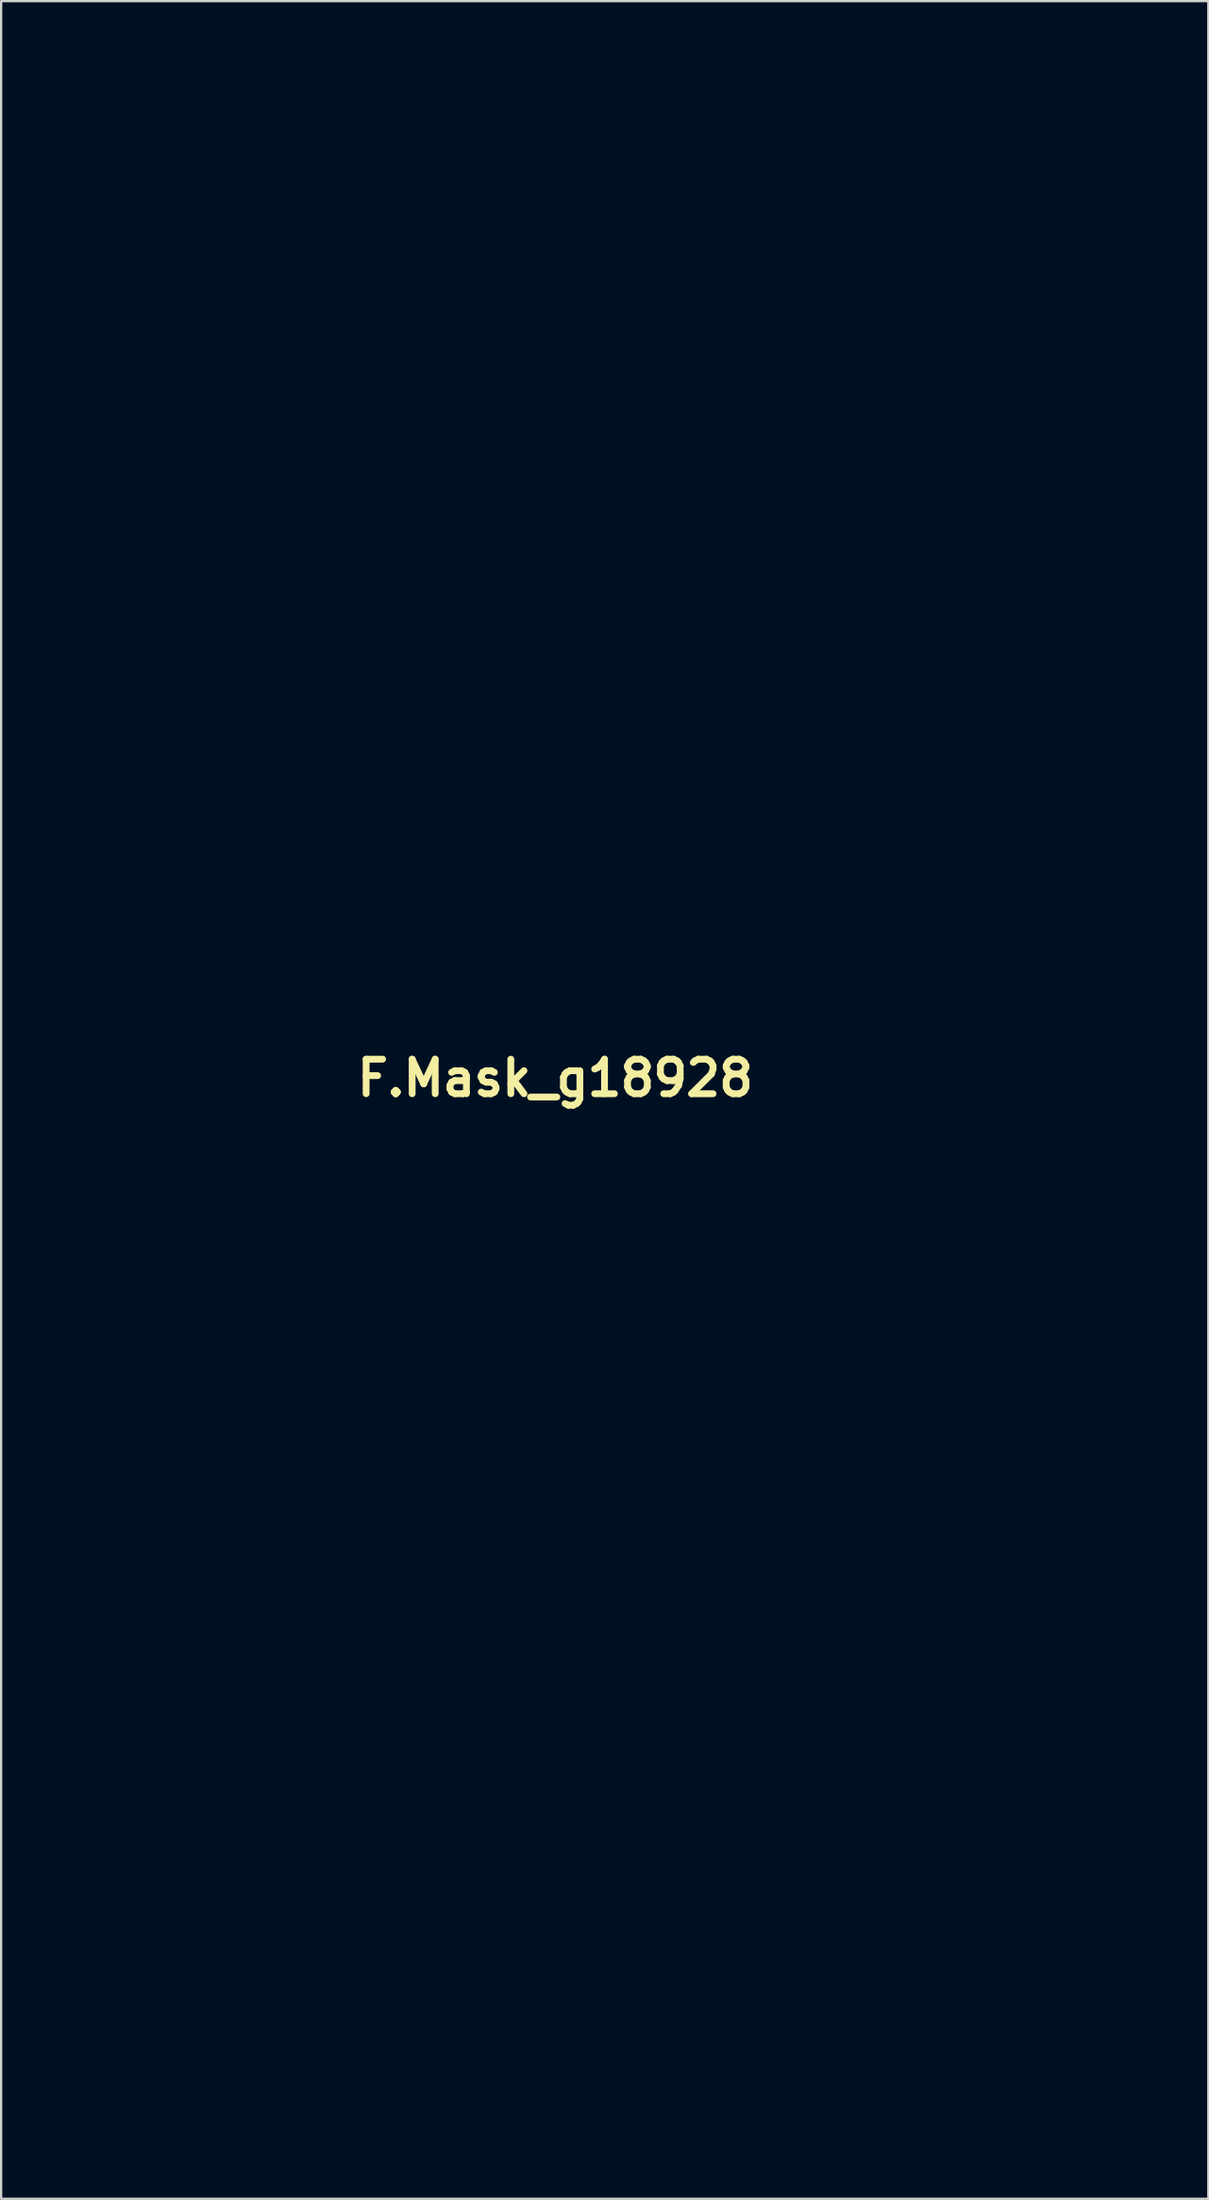
<source format=kicad_pcb>
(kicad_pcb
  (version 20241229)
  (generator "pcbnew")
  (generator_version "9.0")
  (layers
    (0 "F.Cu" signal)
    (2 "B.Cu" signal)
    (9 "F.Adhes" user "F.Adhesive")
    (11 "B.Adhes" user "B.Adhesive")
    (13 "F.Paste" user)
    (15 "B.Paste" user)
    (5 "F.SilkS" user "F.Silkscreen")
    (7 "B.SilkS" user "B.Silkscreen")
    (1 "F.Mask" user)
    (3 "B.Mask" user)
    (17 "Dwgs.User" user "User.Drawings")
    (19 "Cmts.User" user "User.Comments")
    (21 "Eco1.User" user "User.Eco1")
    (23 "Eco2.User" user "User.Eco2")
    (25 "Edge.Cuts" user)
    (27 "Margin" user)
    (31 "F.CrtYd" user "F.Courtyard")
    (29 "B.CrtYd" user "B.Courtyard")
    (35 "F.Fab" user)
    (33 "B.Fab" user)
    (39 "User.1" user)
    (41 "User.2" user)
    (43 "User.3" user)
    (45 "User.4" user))
  (footprint "F.Mask_g18928"
    (layer "F.Cu")
    (at 21.457 44.537)
    (property "Reference" "F.Mask_g18928" (at 0 0 0) (layer "F.SilkS") (effects (font (size 1.524 1.524) (thickness 0.3))))
    (attr through_hole)
    (fp_poly (pts (xy 9.715 7.162) (xy 10.071 7.221) (xy 10.298 7.385) (xy 10.403 7.664) (xy 10.413 7.824) (xy 10.366 8.191) (xy 10.243 8.457) (xy 10.064 8.605) (xy 9.852 8.619) (xy 9.627 8.483) (xy 9.594 8.449) (xy 9.481 8.276) (xy 9.415 8.027) (xy 9.385 7.705) (xy 9.356 7.154) (xy 9.715 7.162)) (stroke (width 0.01) (type solid)) (fill yes) (layer "F.Mask"))
    (fp_poly (pts (xy 7.809 6.479) (xy 7.971 6.62) (xy 8.076 6.847) (xy 8.1 7.131) (xy 8.076 7.274) (xy 8.001 7.484) (xy 7.882 7.577) (xy 7.741 7.603) (xy 7.536 7.591) (xy 7.415 7.475) (xy 7.382 7.409) (xy 7.293 7.09) (xy 7.305 6.789) (xy 7.416 6.566) (xy 7.419 6.563) (xy 7.617 6.451) (xy 7.809 6.479)) (stroke (width 0.01) (type solid)) (fill yes) (layer "F.Mask"))
    (fp_poly (pts (xy 7.921 7.885) (xy 8.185 8.086) (xy 8.191 8.094) (xy 8.354 8.376) (xy 8.35 8.661) (xy 8.179 8.932) (xy 8.174 8.936) (xy 7.968 9.1) (xy 7.781 9.128) (xy 7.578 9.046) (xy 7.319 8.834) (xy 7.206 8.546) (xy 7.197 8.408) (xy 7.259 8.1) (xy 7.424 7.902) (xy 7.656 7.827) (xy 7.921 7.885)) (stroke (width 0.01) (type solid)) (fill yes) (layer "F.Mask"))
    (fp_poly (pts (xy 5.056 6.632) (xy 5.262 6.701) (xy 5.287 6.717) (xy 5.394 6.879) (xy 5.466 7.144) (xy 5.494 7.448) (xy 5.471 7.725) (xy 5.425 7.862) (xy 5.265 8.005) (xy 5.037 8.04) (xy 4.805 7.963) (xy 4.703 7.878) (xy 4.593 7.657) (xy 4.521 7.287) (xy 4.509 7.158) (xy 4.464 6.604) (xy 4.798 6.604) (xy 5.056 6.632)) (stroke (width 0.01) (type solid)) (fill yes) (layer "F.Mask"))
    (fp_poly (pts (xy -4.554 8.138) (xy -4.486 8.171) (xy -4.26 8.324) (xy -4.124 8.521) (xy -4.073 8.785) (xy -4.104 9.143) (xy -4.214 9.62) (xy -4.266 9.804) (xy -4.438 10.326) (xy -4.604 10.683) (xy -4.77 10.88) (xy -4.939 10.92) (xy -5.117 10.809) (xy -5.217 10.689) (xy -5.446 10.295) (xy -5.644 9.813) (xy -5.781 9.326) (xy -5.819 9.093) (xy -5.838 8.822) (xy -5.809 8.645) (xy -5.707 8.49) (xy -5.566 8.343) (xy -5.248 8.109) (xy -4.917 8.042) (xy -4.554 8.138)) (stroke (width 0.01) (type solid)) (fill yes) (layer "F.Mask"))
    (fp_poly (pts (xy 4.871 9.638) (xy 5.034 9.94) (xy 5.186 10.396) (xy 5.295 10.858) (xy 5.361 11.267) (xy 5.398 11.699) (xy 5.409 12.12) (xy 5.393 12.496) (xy 5.352 12.793) (xy 5.287 12.978) (xy 5.233 13.022) (xy 5.087 12.967) (xy 4.946 12.772) (xy 4.86 12.58) (xy 4.736 12.273) (xy 4.592 11.897) (xy 4.468 11.56) (xy 4.287 11.002) (xy 4.189 10.561) (xy 4.173 10.208) (xy 4.238 9.914) (xy 4.352 9.696) (xy 4.527 9.512) (xy 4.702 9.494) (xy 4.871 9.638)) (stroke (width 0.01) (type solid)) (fill yes) (layer "F.Mask"))
    (fp_poly (pts (xy -0.78 9.88) (xy -0.444 10.061) (xy -0.197 10.372) (xy -0.034 10.821) (xy 0.051 11.415) (xy 0.054 11.457) (xy 0.071 12.019) (xy 0.037 12.43) (xy -0.05 12.698) (xy -0.192 12.833) (xy -0.267 12.853) (xy -0.521 12.803) (xy -0.755 12.651) (xy -0.987 12.416) (xy -1.24 12.095) (xy -1.495 11.722) (xy -1.729 11.334) (xy -1.922 10.965) (xy -2.053 10.649) (xy -2.103 10.422) (xy -2.1 10.389) (xy -2 10.201) (xy -1.786 10.02) (xy -1.514 9.882) (xy -1.237 9.822) (xy -1.212 9.821) (xy -0.78 9.88)) (stroke (width 0.01) (type solid)) (fill yes) (layer "F.Mask"))
    (fp_poly (pts (xy -1.86 5.236) (xy -1.581 5.426) (xy -1.304 5.7) (xy -1.066 6.024) (xy -0.94 6.263) (xy -0.81 6.636) (xy -0.709 7.058) (xy -0.644 7.478) (xy -0.624 7.848) (xy -0.655 8.117) (xy -0.666 8.149) (xy -0.804 8.339) (xy -1.003 8.373) (xy -1.257 8.254) (xy -1.479 8.065) (xy -1.757 7.757) (xy -2.036 7.386) (xy -2.3 6.984) (xy -2.53 6.583) (xy -2.709 6.213) (xy -2.819 5.906) (xy -2.842 5.694) (xy -2.836 5.673) (xy -2.691 5.45) (xy -2.447 5.266) (xy -2.171 5.17) (xy -2.103 5.165) (xy -1.86 5.236)) (stroke (width 0.01) (type solid)) (fill yes) (layer "F.Mask"))
    (fp_poly (pts (xy -8.949 0.001) (xy -8.257 0.072) (xy -7.521 0.271) (xy -6.837 0.563) (xy -6.223 0.874) (xy -5.546 0.725) (xy -5.011 0.608) (xy -4.613 0.526) (xy -4.323 0.473) (xy -4.113 0.448) (xy -3.953 0.446) (xy -3.817 0.464) (xy -3.674 0.498) (xy -3.666 0.501) (xy -3.369 0.617) (xy -3.093 0.782) (xy -3.052 0.814) (xy -2.875 1) (xy -2.803 1.208) (xy -2.794 1.383) (xy -2.84 1.705) (xy -2.954 1.996) (xy -2.96 2.007) (xy -3.158 2.25) (xy -3.464 2.534) (xy -3.837 2.825) (xy -4.232 3.088) (xy -4.519 3.247) (xy -4.953 3.399) (xy -5.495 3.492) (xy -6.094 3.522) (xy -6.699 3.482) (xy -6.813 3.466) (xy -7.548 3.297) (xy -8.169 3.024) (xy -8.706 2.63) (xy -9.154 2.147) (xy -9.376 1.788) (xy -9.537 1.375) (xy -9.626 0.951) (xy -9.636 0.563) (xy -9.559 0.255) (xy -9.52 0.188) (xy -9.405 0.072) (xy -9.235 0.015) (xy -8.955 0.001) (xy -8.949 0.001)) (stroke (width 0.01) (type solid)) (fill yes) (layer "F.Mask"))
    (fp_poly (pts (xy 15.478 -3.23) (xy 15.794 -3.094) (xy 15.995 -2.871) (xy 16.094 -2.553) (xy 16.11 -2.234) (xy 16.012 -1.481) (xy 15.761 -0.737) (xy 15.373 -0.038) (xy 14.922 0.523) (xy 14.36 1.046) (xy 13.793 1.426) (xy 13.186 1.678) (xy 12.503 1.817) (xy 11.709 1.857) (xy 11.698 1.857) (xy 11.256 1.843) (xy 10.848 1.809) (xy 10.529 1.762) (xy 10.422 1.735) (xy 10.076 1.59) (xy 9.71 1.378) (xy 9.376 1.135) (xy 9.124 0.895) (xy 9.045 0.787) (xy 8.907 0.473) (xy 8.838 0.143) (xy 8.847 -0.139) (xy 8.881 -0.238) (xy 9.1 -0.478) (xy 9.472 -0.679) (xy 9.984 -0.833) (xy 10.281 -0.89) (xy 10.797 -0.989) (xy 11.18 -1.11) (xy 11.464 -1.276) (xy 11.685 -1.513) (xy 11.877 -1.843) (xy 11.973 -2.05) (xy 12.143 -2.375) (xy 12.337 -2.595) (xy 12.551 -2.743) (xy 13.035 -2.988) (xy 13.531 -3.15) (xy 14.101 -3.246) (xy 14.441 -3.275) (xy 15.031 -3.287) (xy 15.478 -3.23)) (stroke (width 0.01) (type solid)) (fill yes) (layer "F.Mask"))
    (fp_poly (pts (xy 0.162 42.354) (xy 0.491 42.394) (xy 0.825 42.473) (xy 1.199 42.599) (xy 1.651 42.783) (xy 2.216 43.031) (xy 2.244 43.044) (xy 2.747 43.242) (xy 3.151 43.337) (xy 3.323 43.348) (xy 3.558 43.364) (xy 3.703 43.404) (xy 3.725 43.431) (xy 3.673 43.524) (xy 3.53 43.717) (xy 3.318 43.987) (xy 3.058 44.306) (xy 2.771 44.651) (xy 2.48 44.994) (xy 2.204 45.31) (xy 1.966 45.574) (xy 1.788 45.76) (xy 1.768 45.779) (xy 1.514 45.982) (xy 1.237 46.149) (xy 1.171 46.18) (xy 0.807 46.287) (xy 0.308 46.371) (xy -0.295 46.429) (xy -0.97 46.461) (xy -1.684 46.464) (xy -2.406 46.437) (xy -3.03 46.386) (xy -3.601 46.305) (xy -4.022 46.187) (xy -4.31 46.019) (xy -4.482 45.785) (xy -4.556 45.471) (xy -4.552 45.101) (xy -4.422 44.455) (xy -4.145 43.886) (xy -3.73 43.399) (xy -3.181 42.998) (xy -2.507 42.689) (xy -1.715 42.476) (xy -0.811 42.365) (xy -0.633 42.356) (xy -0.201 42.344) (xy 0.162 42.354)) (stroke (width 0.01) (type solid)) (fill yes) (layer "F.Mask"))
    (fp_poly (pts (xy 17.28 42.356) (xy 18.011 42.471) (xy 18.776 42.678) (xy 19.541 42.974) (xy 19.64 43.019) (xy 20.119 43.263) (xy 20.461 43.494) (xy 20.697 43.736) (xy 20.853 44.015) (xy 20.872 44.063) (xy 20.96 44.514) (xy 20.896 44.963) (xy 20.694 45.383) (xy 20.371 45.746) (xy 19.941 46.024) (xy 19.761 46.099) (xy 19.468 46.17) (xy 19.056 46.227) (xy 18.576 46.266) (xy 18.076 46.286) (xy 17.606 46.284) (xy 17.218 46.257) (xy 17.06 46.231) (xy 16.596 46.099) (xy 16.045 45.889) (xy 15.44 45.619) (xy 14.816 45.308) (xy 14.204 44.973) (xy 13.639 44.631) (xy 13.154 44.301) (xy 12.782 44) (xy 12.669 43.889) (xy 12.452 43.573) (xy 12.339 43.233) (xy 12.349 42.922) (xy 12.364 42.876) (xy 12.446 42.727) (xy 12.555 42.689) (xy 12.717 42.768) (xy 12.96 42.968) (xy 13.007 43.012) (xy 13.267 43.228) (xy 13.533 43.415) (xy 13.669 43.491) (xy 13.962 43.631) (xy 14.291 43.333) (xy 14.608 43.097) (xy 15.03 42.851) (xy 15.496 42.628) (xy 15.944 42.458) (xy 16.046 42.428) (xy 16.614 42.34) (xy 17.28 42.356)) (stroke (width 0.01) (type solid)) (fill yes) (layer "F.Mask"))
    (fp_poly (pts (xy 22.944 11.374) (xy 23.142 11.418) (xy 23.354 11.508) (xy 23.424 11.544) (xy 23.737 11.749) (xy 23.968 11.988) (xy 23.999 12.036) (xy 24.168 12.283) (xy 24.383 12.543) (xy 24.435 12.599) (xy 24.755 13.013) (xy 25.057 13.568) (xy 25.33 14.238) (xy 25.56 14.994) (xy 25.571 15.036) (xy 25.67 15.435) (xy 25.75 15.785) (xy 25.804 16.046) (xy 25.823 16.18) (xy 25.741 16.363) (xy 25.496 16.57) (xy 25.095 16.798) (xy 24.544 17.043) (xy 24.274 17.148) (xy 23.867 17.305) (xy 23.596 17.423) (xy 23.435 17.514) (xy 23.362 17.593) (xy 23.35 17.674) (xy 23.351 17.677) (xy 23.322 17.841) (xy 23.221 18.082) (xy 23.118 18.268) (xy 22.965 18.548) (xy 22.848 18.814) (xy 22.81 18.941) (xy 22.824 19.271) (xy 22.975 19.593) (xy 23.233 19.868) (xy 23.569 20.061) (xy 23.764 20.117) (xy 24.091 20.126) (xy 24.343 20.01) (xy 24.53 19.755) (xy 24.662 19.352) (xy 24.704 19.141) (xy 24.766 18.907) (xy 24.85 18.753) (xy 24.884 18.728) (xy 24.939 18.737) (xy 24.968 18.828) (xy 24.974 19.029) (xy 24.958 19.366) (xy 24.954 19.441) (xy 24.86 20.222) (xy 24.686 20.86) (xy 24.428 21.365) (xy 24.083 21.744) (xy 24.018 21.794) (xy 23.775 21.901) (xy 23.417 21.97) (xy 22.995 21.998) (xy 22.559 21.982) (xy 22.162 21.92) (xy 22.093 21.902) (xy 21.566 21.703) (xy 21.19 21.442) (xy 20.966 21.137) (xy 20.881 20.937) (xy 20.85 20.755) (xy 20.863 20.595) (xy 21.78 20.595) (xy 21.804 20.663) (xy 21.913 20.726) (xy 22.029 20.662) (xy 22.048 20.621) (xy 23.836 20.621) (xy 23.841 20.775) (xy 23.954 20.899) (xy 24.116 20.875) (xy 24.198 20.811) (xy 24.291 20.646) (xy 24.28 20.491) (xy 24.171 20.407) (xy 24.14 20.405) (xy 23.947 20.468) (xy 23.836 20.621) (xy 22.048 20.621) (xy 22.083 20.546) (xy 22.048 20.425) (xy 21.982 20.405) (xy 21.828 20.463) (xy 21.78 20.595) (xy 20.863 20.595) (xy 20.869 20.524) (xy 20.91 20.293) (xy 21.024 19.808) (xy 21.189 19.231) (xy 21.387 18.618) (xy 21.598 18.028) (xy 21.658 17.88) (xy 22.86 17.88) (xy 22.908 17.914) (xy 22.989 17.863) (xy 23.078 17.759) (xy 23.079 17.717) (xy 22.985 17.715) (xy 22.888 17.801) (xy 22.86 17.88) (xy 21.658 17.88) (xy 21.804 17.517) (xy 21.901 17.305) (xy 22.193 16.703) (xy 22.873 16.646) (xy 23.604 16.561) (xy 24.202 16.439) (xy 24.662 16.284) (xy 24.973 16.099) (xy 25.129 15.887) (xy 25.146 15.783) (xy 25.071 15.76) (xy 24.888 15.748) (xy 24.85 15.748) (xy 24.665 15.729) (xy 24.571 15.654) (xy 24.561 15.494) (xy 24.63 15.221) (xy 24.69 15.039) (xy 24.76 14.8) (xy 24.787 14.634) (xy 24.78 14.592) (xy 24.697 14.618) (xy 24.521 14.731) (xy 24.288 14.908) (xy 24.251 14.938) (xy 24.004 15.125) (xy 23.801 15.255) (xy 23.681 15.301) (xy 23.674 15.3) (xy 23.543 15.195) (xy 23.394 14.992) (xy 23.268 14.757) (xy 23.201 14.552) (xy 23.199 14.515) (xy 23.244 14.37) (xy 23.401 14.236) (xy 23.592 14.133) (xy 23.816 14.019) (xy 23.908 13.943) (xy 23.889 13.879) (xy 23.83 13.83) (xy 23.637 13.75) (xy 23.39 13.716) (xy 23.387 13.716) (xy 23.167 13.682) (xy 22.974 13.555) (xy 22.832 13.406) (xy 22.623 13.165) (xy 22.37 12.875) (xy 22.204 12.684) (xy 21.914 12.339) (xy 21.728 12.085) (xy 21.632 11.893) (xy 21.609 11.736) (xy 21.622 11.653) (xy 21.662 11.551) (xy 21.744 11.485) (xy 21.905 11.442) (xy 22.182 11.408) (xy 22.343 11.394) (xy 22.697 11.369) (xy 22.944 11.374)) (stroke (width 0.01) (type solid)) (fill yes) (layer "F.Mask"))
    (fp_poly (pts (xy 1.723 -44.516) (xy 1.769 -44.455) (xy 1.761 -44.333) (xy 1.693 -44.137) (xy 1.561 -43.853) (xy 1.357 -43.464) (xy 1.076 -42.958) (xy 0.771 -42.422) (xy 0.498 -41.929) (xy 0.303 -41.522) (xy 0.169 -41.147) (xy 0.077 -40.75) (xy 0.012 -40.277) (xy -0.021 -39.948) (xy -0.029 -39.749) (xy 0.008 -39.684) (xy 0.088 -39.71) (xy 0.224 -39.821) (xy 0.432 -40.031) (xy 0.679 -40.305) (xy 0.934 -40.608) (xy 1.168 -40.903) (xy 1.349 -41.155) (xy 1.374 -41.194) (xy 1.776 -41.685) (xy 2.31 -42.102) (xy 2.946 -42.429) (xy 3.657 -42.649) (xy 3.913 -42.696) (xy 4.181 -42.724) (xy 4.584 -42.749) (xy 5.087 -42.769) (xy 5.655 -42.783) (xy 6.253 -42.79) (xy 6.477 -42.79) (xy 7.128 -42.788) (xy 7.638 -42.781) (xy 8.032 -42.768) (xy 8.337 -42.747) (xy 8.582 -42.716) (xy 8.792 -42.673) (xy 8.975 -42.623) (xy 9.325 -42.495) (xy 9.508 -42.366) (xy 9.523 -42.227) (xy 9.373 -42.069) (xy 9.059 -41.886) (xy 8.811 -41.753) (xy 8.634 -41.644) (xy 8.573 -41.59) (xy 8.631 -41.523) (xy 8.802 -41.406) (xy 9.034 -41.275) (xy 9.289 -41.126) (xy 9.477 -40.991) (xy 9.551 -40.907) (xy 9.51 -40.802) (xy 9.369 -40.614) (xy 9.155 -40.376) (xy 9.025 -40.245) (xy 8.564 -39.847) (xy 8.065 -39.529) (xy 7.486 -39.268) (xy 6.784 -39.041) (xy 6.729 -39.025) (xy 6.375 -38.923) (xy 6.047 -38.819) (xy 5.811 -38.734) (xy 5.797 -38.728) (xy 5.505 -38.624) (xy 5.326 -38.603) (xy 5.262 -38.67) (xy 5.315 -38.831) (xy 5.486 -39.091) (xy 5.779 -39.452) (xy 6.193 -39.922) (xy 6.376 -40.12) (xy 6.613 -40.386) (xy 6.795 -40.604) (xy 6.897 -40.746) (xy 6.91 -40.785) (xy 6.805 -40.778) (xy 6.591 -40.678) (xy 6.289 -40.503) (xy 5.921 -40.267) (xy 5.51 -39.986) (xy 5.076 -39.676) (xy 4.641 -39.353) (xy 4.228 -39.033) (xy 3.858 -38.73) (xy 3.552 -38.462) (xy 3.333 -38.243) (xy 3.246 -38.133) (xy 3.183 -38.027) (xy 3.15 -37.917) (xy 3.148 -37.769) (xy 3.178 -37.547) (xy 3.242 -37.215) (xy 3.292 -36.976) (xy 3.387 -36.539) (xy 3.489 -36.109) (xy 3.582 -35.745) (xy 3.632 -35.569) (xy 3.779 -35.094) (xy 3.832 -36.48) (xy 3.852 -36.946) (xy 3.874 -37.35) (xy 3.895 -37.664) (xy 3.914 -37.857) (xy 3.925 -37.904) (xy 4.019 -37.911) (xy 4.242 -37.898) (xy 4.556 -37.872) (xy 4.921 -37.835) (xy 5.3 -37.791) (xy 5.652 -37.744) (xy 5.918 -37.703) (xy 6.13 -37.622) (xy 6.411 -37.433) (xy 6.775 -37.127) (xy 6.891 -37.021) (xy 7.205 -36.744) (xy 7.507 -36.496) (xy 7.757 -36.31) (xy 7.88 -36.235) (xy 8.183 -36.052) (xy 8.319 -35.897) (xy 8.289 -35.767) (xy 8.092 -35.658) (xy 7.874 -35.598) (xy 7.688 -35.552) (xy 7.655 -35.521) (xy 7.761 -35.486) (xy 7.789 -35.478) (xy 7.962 -35.401) (xy 8.007 -35.28) (xy 7.919 -35.102) (xy 7.692 -34.856) (xy 7.497 -34.677) (xy 7.189 -34.397) (xy 7.01 -34.206) (xy 6.952 -34.091) (xy 7.005 -34.041) (xy 7.061 -34.036) (xy 7.171 -34.002) (xy 7.207 -33.889) (xy 7.166 -33.68) (xy 7.043 -33.355) (xy 6.892 -33.016) (xy 6.737 -32.661) (xy 6.613 -32.345) (xy 6.537 -32.11) (xy 6.521 -32.019) (xy 6.527 -31.926) (xy 6.563 -31.876) (xy 6.653 -31.873) (xy 6.822 -31.923) (xy 7.095 -32.029) (xy 7.494 -32.198) (xy 7.562 -32.227) (xy 7.945 -32.38) (xy 8.341 -32.521) (xy 8.673 -32.623) (xy 8.705 -32.631) (xy 9.249 -32.739) (xy 9.815 -32.801) (xy 10.371 -32.82) (xy 10.884 -32.795) (xy 11.321 -32.728) (xy 11.65 -32.62) (xy 11.797 -32.521) (xy 11.902 -32.352) (xy 11.903 -32.2) (xy 11.81 -32.117) (xy 11.702 -32.125) (xy 11.506 -32.13) (xy 11.196 -32.073) (xy 10.811 -31.968) (xy 10.388 -31.828) (xy 9.966 -31.665) (xy 9.582 -31.494) (xy 9.275 -31.328) (xy 9.144 -31.236) (xy 8.932 -31.063) (xy 9.313 -31.123) (xy 9.948 -31.177) (xy 10.461 -31.125) (xy 10.847 -30.965) (xy 11.105 -30.701) (xy 11.132 -30.652) (xy 11.194 -30.436) (xy 11.237 -30.093) (xy 11.259 -29.665) (xy 11.26 -29.191) (xy 11.239 -28.715) (xy 11.195 -28.276) (xy 11.177 -28.157) (xy 11.14 -27.884) (xy 11.125 -27.687) (xy 11.134 -27.616) (xy 11.207 -27.653) (xy 11.374 -27.785) (xy 11.605 -27.989) (xy 11.765 -28.137) (xy 12.118 -28.466) (xy 12.385 -28.696) (xy 12.6 -28.842) (xy 12.8 -28.921) (xy 13.021 -28.95) (xy 13.298 -28.945) (xy 13.484 -28.934) (xy 14.153 -28.857) (xy 14.723 -28.708) (xy 15.255 -28.467) (xy 15.564 -28.282) (xy 15.872 -28.064) (xy 16.106 -27.843) (xy 16.293 -27.58) (xy 16.462 -27.234) (xy 16.638 -26.766) (xy 16.654 -26.722) (xy 16.89 -26.044) (xy 16.949 -26.378) (xy 16.973 -26.597) (xy 16.995 -26.936) (xy 17.01 -27.348) (xy 17.017 -27.728) (xy 17.028 -28.211) (xy 17.054 -28.583) (xy 17.104 -28.901) (xy 17.186 -29.222) (xy 17.262 -29.464) (xy 17.387 -29.822) (xy 17.487 -30.046) (xy 17.579 -30.166) (xy 17.679 -30.21) (xy 17.682 -30.211) (xy 17.855 -30.177) (xy 17.926 -30.047) (xy 17.876 -29.87) (xy 17.833 -29.814) (xy 17.713 -29.562) (xy 17.729 -29.239) (xy 17.879 -28.875) (xy 17.907 -28.829) (xy 18.082 -28.522) (xy 18.308 -28.089) (xy 18.571 -27.563) (xy 18.854 -26.974) (xy 19.143 -26.354) (xy 19.393 -25.799) (xy 19.574 -25.401) (xy 19.747 -25.045) (xy 19.891 -24.768) (xy 19.989 -24.606) (xy 19.993 -24.6) (xy 20.077 -24.408) (xy 20.133 -24.113) (xy 20.16 -23.766) (xy 20.157 -23.416) (xy 20.124 -23.112) (xy 20.058 -22.905) (xy 20.022 -22.859) (xy 19.866 -22.82) (xy 19.699 -22.926) (xy 19.545 -23.153) (xy 19.468 -23.342) (xy 19.398 -23.523) (xy 19.348 -23.604) (xy 19.341 -23.603) (xy 19.351 -23.514) (xy 19.403 -23.305) (xy 19.488 -23.016) (xy 19.513 -22.934) (xy 19.618 -22.553) (xy 19.723 -22.077) (xy 19.821 -21.558) (xy 19.902 -21.045) (xy 19.958 -20.591) (xy 19.98 -20.245) (xy 19.98 -20.224) (xy 19.959 -19.872) (xy 19.89 -19.664) (xy 19.764 -19.577) (xy 19.655 -19.575) (xy 19.49 -19.634) (xy 19.392 -19.795) (xy 19.363 -19.897) (xy 19.132 -20.66) (xy 18.81 -21.491) (xy 18.423 -22.332) (xy 17.995 -23.129) (xy 17.69 -23.623) (xy 17.567 -23.791) (xy 19.219 -23.791) (xy 19.25 -23.722) (xy 19.276 -23.735) (xy 19.286 -23.835) (xy 19.276 -23.848) (xy 19.225 -23.836) (xy 19.219 -23.791) (xy 17.567 -23.791) (xy 17.484 -23.904) (xy 17.402 -24.003) (xy 19.135 -24.003) (xy 19.177 -23.961) (xy 19.219 -24.003) (xy 19.177 -24.045) (xy 19.135 -24.003) (xy 17.402 -24.003) (xy 17.21 -24.233) (xy 16.889 -24.589) (xy 16.541 -24.953) (xy 16.474 -25.019) (xy 18.796 -25.019) (xy 18.838 -24.977) (xy 18.881 -25.019) (xy 18.838 -25.061) (xy 18.796 -25.019) (xy 16.474 -25.019) (xy 16.185 -25.306) (xy 15.843 -25.628) (xy 15.534 -25.899) (xy 15.279 -26.1) (xy 15.097 -26.211) (xy 15.014 -26.218) (xy 15.014 -26.119) (xy 15.051 -26.058) (xy 15.218 -25.819) (xy 15.415 -25.476) (xy 15.627 -25.065) (xy 15.838 -24.622) (xy 16.031 -24.181) (xy 16.19 -23.78) (xy 16.298 -23.453) (xy 16.341 -23.236) (xy 16.341 -23.23) (xy 16.298 -23.066) (xy 16.175 -23.047) (xy 15.98 -23.174) (xy 15.977 -23.177) (xy 15.892 -23.243) (xy 15.879 -23.213) (xy 15.94 -23.069) (xy 16.022 -22.902) (xy 16.283 -22.287) (xy 16.525 -21.543) (xy 16.74 -20.713) (xy 16.92 -19.837) (xy 17.057 -18.957) (xy 17.144 -18.113) (xy 17.172 -17.347) (xy 17.159 -16.976) (xy 17.1 -16.332) (xy 17.013 -15.78) (xy 16.904 -15.337) (xy 16.777 -15.02) (xy 16.637 -14.846) (xy 16.55 -14.817) (xy 16.439 -14.852) (xy 16.425 -14.881) (xy 16.385 -14.972) (xy 16.273 -15.185) (xy 16.104 -15.493) (xy 15.891 -15.873) (xy 15.696 -16.215) (xy 15.136 -17.196) (xy 14.661 -18.04) (xy 14.268 -18.756) (xy 13.953 -19.351) (xy 13.711 -19.831) (xy 13.54 -20.205) (xy 13.434 -20.48) (xy 13.418 -20.532) (xy 13.34 -20.775) (xy 13.277 -20.898) (xy 13.221 -20.89) (xy 13.167 -20.743) (xy 13.109 -20.446) (xy 13.04 -19.991) (xy 13.034 -19.952) (xy 12.958 -19.525) (xy 12.873 -19.257) (xy 12.771 -19.141) (xy 12.647 -19.165) (xy 12.575 -19.229) (xy 12.488 -19.367) (xy 12.343 -19.66) (xy 12.139 -20.106) (xy 11.878 -20.702) (xy 11.562 -21.446) (xy 11.43 -21.76) (xy 11.32 -22.01) (xy 11.162 -22.352) (xy 10.967 -22.763) (xy 10.747 -23.217) (xy 10.652 -23.41) (xy 15.748 -23.41) (xy 15.79 -23.368) (xy 15.833 -23.41) (xy 15.79 -23.453) (xy 15.748 -23.41) (xy 10.652 -23.41) (xy 10.515 -23.692) (xy 10.281 -24.163) (xy 10.059 -24.607) (xy 9.86 -24.999) (xy 9.695 -25.315) (xy 9.577 -25.532) (xy 9.517 -25.626) (xy 9.513 -25.628) (xy 9.525 -25.54) (xy 9.579 -25.321) (xy 9.666 -25) (xy 9.78 -24.608) (xy 9.821 -24.468) (xy 9.946 -24.036) (xy 10.05 -23.641) (xy 10.124 -23.324) (xy 10.159 -23.121) (xy 10.16 -23.093) (xy 10.124 -22.911) (xy 10.021 -22.877) (xy 9.858 -22.991) (xy 9.64 -23.248) (xy 9.554 -23.368) (xy 9.298 -23.708) (xy 8.964 -24.108) (xy 8.587 -24.528) (xy 8.201 -24.933) (xy 7.842 -25.283) (xy 7.545 -25.543) (xy 7.506 -25.572) (xy 7.23 -25.781) (xy 9.398 -25.781) (xy 9.44 -25.739) (xy 9.483 -25.781) (xy 9.44 -25.823) (xy 9.398 -25.781) (xy 7.23 -25.781) (xy 7.117 -25.866) (xy 7.115 -26.442) (xy 7.102 -26.759) (xy 7.069 -26.937) (xy 7.027 -26.966) (xy 6.962 -26.85) (xy 6.943 -26.709) (xy 6.922 -26.577) (xy 6.865 -26.307) (xy 6.779 -25.928) (xy 6.669 -25.465) (xy 6.543 -24.945) (xy 6.407 -24.395) (xy 6.269 -23.841) (xy 6.133 -23.311) (xy 6.008 -22.831) (xy 5.9 -22.428) (xy 5.815 -22.128) (xy 5.761 -21.959) (xy 5.757 -21.95) (xy 5.651 -21.803) (xy 5.557 -21.759) (xy 5.394 -21.843) (xy 5.237 -22.088) (xy 5.087 -22.488) (xy 4.948 -23.034) (xy 4.823 -23.72) (xy 4.782 -23.998) (xy 4.726 -24.376) (xy 4.672 -24.688) (xy 4.628 -24.899) (xy 4.603 -24.972) (xy 4.586 -24.913) (xy 4.579 -24.708) (xy 4.581 -24.379) (xy 4.592 -23.949) (xy 4.611 -23.44) (xy 4.637 -22.875) (xy 4.669 -22.277) (xy 4.707 -21.668) (xy 4.745 -21.123) (xy 4.79 -20.376) (xy 4.803 -19.786) (xy 4.783 -19.344) (xy 4.73 -19.04) (xy 4.641 -18.865) (xy 4.55 -18.812) (xy 4.399 -18.861) (xy 4.321 -18.98) (xy 4.284 -19.02) (xy 4.269 -18.904) (xy 4.276 -18.629) (xy 4.288 -18.415) (xy 4.305 -17.892) (xy 4.276 -17.43) (xy 4.191 -16.984) (xy 4.04 -16.512) (xy 3.812 -15.971) (xy 3.609 -15.541) (xy 3.373 -15.045) (xy 3.126 -14.507) (xy 2.898 -13.989) (xy 2.718 -13.557) (xy 2.713 -13.547) (xy 2.559 -13.173) (xy 2.416 -12.846) (xy 2.302 -12.605) (xy 2.241 -12.499) (xy 2.1 -12.375) (xy 1.982 -12.409) (xy 1.888 -12.588) (xy 1.822 -12.901) (xy 1.787 -13.336) (xy 1.786 -13.883) (xy 1.8 -14.219) (xy 1.812 -14.593) (xy 1.815 -15.083) (xy 1.808 -15.637) (xy 1.793 -16.204) (xy 1.783 -16.468) (xy 1.757 -17.014) (xy 1.729 -17.431) (xy 1.693 -17.758) (xy 1.644 -18.035) (xy 1.575 -18.301) (xy 1.48 -18.596) (xy 1.44 -18.711) (xy 1.31 -19.073) (xy 1.189 -19.388) (xy 1.094 -19.613) (xy 1.057 -19.685) (xy 0.987 -19.835) (xy 0.885 -20.095) (xy 0.77 -20.415) (xy 0.659 -20.743) (xy 0.571 -21.028) (xy 0.539 -21.145) (xy 0.475 -21.249) (xy 0.381 -21.199) (xy 0.268 -21.003) (xy 0.205 -20.849) (xy 0.048 -20.476) (xy -0.088 -20.269) (xy -0.2 -20.227) (xy -0.287 -20.349) (xy -0.346 -20.633) (xy -0.377 -21.077) (xy -0.381 -21.361) (xy -0.37 -21.999) (xy -0.336 -22.491) (xy -0.273 -22.861) (xy -0.179 -23.132) (xy -0.048 -23.327) (xy -0.044 -23.332) (xy 0.058 -23.485) (xy 0.163 -23.735) (xy 0.28 -24.106) (xy 0.415 -24.616) (xy 0.458 -24.791) (xy 0.655 -25.652) (xy 0.795 -26.373) (xy 0.879 -26.974) (xy 0.911 -27.472) (xy 0.892 -27.882) (xy 0.844 -28.254) (xy 0.799 -28.468) (xy 0.757 -28.522) (xy 0.714 -28.414) (xy 0.671 -28.143) (xy 0.624 -27.704) (xy 0.605 -27.484) (xy 0.553 -26.925) (xy 0.491 -26.351) (xy 0.424 -25.796) (xy 0.356 -25.292) (xy 0.292 -24.871) (xy 0.235 -24.566) (xy 0.205 -24.448) (xy 0.108 -24.322) (xy 0.037 -24.299) (xy -0.012 -24.327) (xy -0.047 -24.426) (xy -0.069 -24.619) (xy -0.082 -24.929) (xy -0.088 -25.38) (xy -0.089 -25.506) (xy -0.092 -26.712) (xy -0.334 -25.781) (xy -0.449 -25.368) (xy -0.606 -24.851) (xy -0.795 -24.256) (xy -1.007 -23.612) (xy -1.232 -22.946) (xy -1.461 -22.285) (xy -1.684 -21.657) (xy -1.893 -21.088) (xy -2.076 -20.607) (xy -2.226 -20.241) (xy -2.306 -20.066) (xy -2.469 -19.765) (xy -2.6 -19.589) (xy -2.727 -19.507) (xy -2.804 -19.49) (xy -2.947 -19.499) (xy -3.043 -19.583) (xy -3.099 -19.766) (xy -3.126 -20.073) (xy -3.132 -20.405) (xy -3.134 -20.955) (xy -3.346 -20.701) (xy -3.453 -20.558) (xy -3.638 -20.298) (xy -3.882 -19.944) (xy -4.171 -19.52) (xy -4.487 -19.05) (xy -4.657 -18.796) (xy -4.975 -18.319) (xy -5.266 -17.881) (xy -5.517 -17.506) (xy -5.711 -17.215) (xy -5.835 -17.031) (xy -5.868 -16.982) (xy -6.02 -16.866) (xy -6.124 -16.874) (xy -6.197 -16.932) (xy -6.241 -17.061) (xy -6.26 -17.295) (xy -6.264 -17.587) (xy -6.253 -18.012) (xy -6.225 -18.501) (xy -6.187 -18.951) (xy -6.186 -18.965) (xy -6.124 -19.546) (xy -6.079 -19.971) (xy -6.052 -20.254) (xy -6.042 -20.408) (xy -6.052 -20.445) (xy -6.08 -20.379) (xy -6.128 -20.222) (xy -6.196 -19.989) (xy -6.218 -19.913) (xy -6.345 -19.429) (xy -6.484 -18.812) (xy -6.628 -18.096) (xy -6.772 -17.318) (xy -6.909 -16.512) (xy -7.035 -15.713) (xy -7.142 -14.957) (xy -7.225 -14.278) (xy -7.278 -13.713) (xy -7.281 -13.66) (xy -7.323 -13.061) (xy -7.361 -12.615) (xy -7.401 -12.305) (xy -7.448 -12.115) (xy -7.506 -12.027) (xy -7.581 -12.026) (xy -7.678 -12.095) (xy -7.741 -12.156) (xy -7.79 -12.22) (xy -7.828 -12.316) (xy -7.855 -12.464) (xy -7.873 -12.685) (xy -7.883 -12.998) (xy -7.887 -13.424) (xy -7.885 -13.983) (xy -7.881 -14.52) (xy -7.882 -14.971) (xy -7.893 -15.292) (xy -7.915 -15.471) (xy -7.946 -15.494) (xy -8.003 -15.366) (xy -8.099 -15.116) (xy -8.222 -14.779) (xy -8.342 -14.436) (xy -8.488 -13.995) (xy -8.582 -13.652) (xy -8.636 -13.348) (xy -8.659 -13.023) (xy -8.665 -12.7) (xy -8.657 -12.219) (xy -8.635 -11.682) (xy -8.604 -11.191) (xy -8.598 -11.119) (xy -8.565 -10.647) (xy -8.567 -10.33) (xy -8.605 -10.156) (xy -8.681 -10.114) (xy -8.764 -10.161) (xy -8.865 -10.325) (xy -8.89 -10.465) (xy -8.919 -10.645) (xy -8.996 -10.92) (xy -9.096 -11.212) (xy -9.282 -11.868) (xy -9.403 -12.652) (xy -9.459 -13.536) (xy -9.451 -14.494) (xy -9.382 -15.498) (xy -9.344 -15.79) (xy -7.874 -15.79) (xy -7.832 -15.748) (xy -7.789 -15.79) (xy -7.832 -15.833) (xy -7.874 -15.79) (xy -9.344 -15.79) (xy -9.251 -16.521) (xy -9.06 -17.534) (xy -8.81 -18.511) (xy -8.798 -18.553) (xy -8.695 -18.905) (xy -8.613 -19.193) (xy -8.562 -19.38) (xy -8.551 -19.433) (xy -8.601 -19.397) (xy -8.731 -19.258) (xy -8.917 -19.043) (xy -8.966 -18.983) (xy -9.295 -18.617) (xy -9.615 -18.311) (xy -9.902 -18.085) (xy -10.127 -17.964) (xy -10.205 -17.949) (xy -10.29 -17.971) (xy -10.324 -18.063) (xy -10.317 -18.265) (xy -10.304 -18.394) (xy -10.255 -18.657) (xy -10.156 -19.047) (xy -10.017 -19.533) (xy -9.849 -20.084) (xy -9.661 -20.669) (xy -9.619 -20.793) (xy -6.005 -20.793) (xy -5.989 -20.683) (xy -5.96 -20.682) (xy -5.94 -20.795) (xy -5.953 -20.844) (xy -5.991 -20.876) (xy -6.005 -20.793) (xy -9.619 -20.793) (xy -9.464 -21.255) (xy -9.268 -21.813) (xy -9.082 -22.311) (xy -8.918 -22.717) (xy -8.873 -22.818) (xy -8.716 -23.177) (xy -8.541 -23.595) (xy -8.361 -24.042) (xy -8.184 -24.492) (xy -8.023 -24.916) (xy -7.888 -25.286) (xy -7.789 -25.574) (xy -7.738 -25.753) (xy -7.735 -25.797) (xy -7.795 -25.749) (xy -7.925 -25.584) (xy -8.105 -25.331) (xy -8.316 -25.016) (xy -8.541 -24.669) (xy -8.76 -24.316) (xy -8.955 -23.987) (xy -9.088 -23.748) (xy -9.272 -23.436) (xy -9.529 -23.049) (xy -9.822 -22.64) (xy -10.06 -22.331) (xy -10.386 -21.886) (xy -10.752 -21.33) (xy -11.13 -20.707) (xy -11.496 -20.061) (xy -11.823 -19.439) (xy -12.087 -18.883) (xy -12.186 -18.645) (xy -12.294 -18.365) (xy -12.345 -18.207) (xy -12.341 -18.137) (xy -12.287 -18.119) (xy -12.239 -18.119) (xy -12.1 -18.072) (xy -12.057 -17.922) (xy -12.108 -17.651) (xy -12.14 -17.545) (xy -12.224 -17.252) (xy -12.328 -16.833) (xy -12.444 -16.329) (xy -12.564 -15.783) (xy -12.677 -15.234) (xy -12.775 -14.724) (xy -12.849 -14.295) (xy -12.873 -14.139) (xy -12.896 -13.9) (xy -12.919 -13.518) (xy -12.942 -13.017) (xy -12.963 -12.423) (xy -12.982 -11.763) (xy -12.997 -11.061) (xy -13.005 -10.626) (xy -13.016 -9.936) (xy -13.028 -9.295) (xy -13.042 -8.723) (xy -13.055 -8.241) (xy -13.068 -7.871) (xy -13.079 -7.634) (xy -13.087 -7.556) (xy -13.181 -7.403) (xy -13.339 -7.374) (xy -13.512 -7.47) (xy -13.585 -7.559) (xy -13.658 -7.711) (xy -13.766 -7.987) (xy -13.896 -8.35) (xy -14.034 -8.762) (xy -14.05 -8.812) (xy -14.22 -9.326) (xy -14.401 -9.835) (xy -14.583 -10.321) (xy -14.759 -10.762) (xy -14.919 -11.138) (xy -15.055 -11.429) (xy -15.159 -11.616) (xy -15.222 -11.677) (xy -15.237 -11.631) (xy -15.264 -11.44) (xy -15.374 -11.348) (xy -15.508 -11.313) (xy -15.702 -11.286) (xy -15.809 -11.294) (xy -15.811 -11.295) (xy -15.857 -11.404) (xy -15.927 -11.645) (xy -16.013 -11.98) (xy -15.325 -11.98) (xy -15.282 -11.938) (xy -15.24 -11.98) (xy -15.282 -12.023) (xy -15.325 -11.98) (xy -16.013 -11.98) (xy -16.015 -11.985) (xy -16.111 -12.391) (xy -16.208 -12.829) (xy -16.299 -13.265) (xy -16.375 -13.667) (xy -16.398 -13.801) (xy -16.485 -14.514) (xy -16.529 -15.317) (xy -16.533 -16.166) (xy -16.497 -17.018) (xy -16.424 -17.827) (xy -16.315 -18.55) (xy -16.202 -19.042) (xy -16.178 -19.176) (xy -16.215 -19.194) (xy -16.32 -19.089) (xy -16.498 -18.855) (xy -16.754 -18.486) (xy -16.958 -18.182) (xy -17.313 -17.639) (xy -17.592 -17.193) (xy -17.82 -16.8) (xy -18.022 -16.421) (xy -18.14 -16.181) (xy -18.36 -15.74) (xy -18.524 -15.445) (xy -18.643 -15.289) (xy -18.728 -15.264) (xy -18.79 -15.361) (xy -18.84 -15.571) (xy -18.851 -15.637) (xy -18.881 -15.926) (xy -18.901 -16.347) (xy -18.912 -16.864) (xy -18.914 -17.44) (xy -18.907 -18.04) (xy -18.893 -18.626) (xy -18.871 -19.162) (xy -18.841 -19.611) (xy -18.805 -19.938) (xy -18.805 -19.939) (xy -18.555 -21.167) (xy -18.199 -22.317) (xy -18.072 -22.648) (xy -17.93 -23.003) (xy -17.804 -23.319) (xy -17.712 -23.549) (xy -17.685 -23.618) (xy -17.602 -23.826) (xy -17.797 -23.661) (xy -17.941 -23.536) (xy -18.175 -23.331) (xy -18.463 -23.078) (xy -18.669 -22.895) (xy -19.062 -22.552) (xy -19.481 -22.2) (xy -19.903 -21.853) (xy -20.307 -21.531) (xy -20.67 -21.251) (xy -20.971 -21.028) (xy -21.188 -20.882) (xy -21.298 -20.828) (xy -21.298 -20.828) (xy -21.404 -20.852) (xy -21.452 -20.944) (xy -21.445 -21.135) (xy -21.388 -21.454) (xy -21.377 -21.508) (xy -21.126 -22.483) (xy -20.791 -23.39) (xy -20.463 -24.088) (xy -20.298 -24.4) (xy -20.144 -24.662) (xy -19.978 -24.903) (xy -19.774 -25.152) (xy -19.511 -25.44) (xy -19.164 -25.796) (xy -18.884 -26.077) (xy -18.419 -26.528) (xy -17.987 -26.924) (xy -17.611 -27.243) (xy -17.315 -27.465) (xy -17.233 -27.517) (xy -16.982 -27.658) (xy -16.779 -27.745) (xy -16.57 -27.791) (xy -16.297 -27.808) (xy -15.947 -27.809) (xy -15.586 -27.809) (xy -15.371 -27.818) (xy -15.279 -27.84) (xy -15.287 -27.879) (xy -15.351 -27.928) (xy -15.743 -28.233) (xy -16.08 -28.581) (xy -16.336 -28.936) (xy -16.484 -29.266) (xy -16.51 -29.44) (xy -16.466 -29.705) (xy -16.353 -30.037) (xy -16.2 -30.373) (xy -16.034 -30.646) (xy -15.939 -30.754) (xy -15.723 -30.893) (xy -15.369 -31.06) (xy -14.903 -31.246) (xy -14.352 -31.444) (xy -13.742 -31.644) (xy -13.099 -31.838) (xy -12.451 -32.017) (xy -11.824 -32.172) (xy -11.244 -32.295) (xy -11.218 -32.3) (xy -10.202 -32.49) (xy -10.618 -32.555) (xy -10.976 -32.585) (xy -11.464 -32.589) (xy -12.042 -32.57) (xy -12.673 -32.531) (xy -13.319 -32.474) (xy -13.942 -32.404) (xy -14.505 -32.323) (xy -14.968 -32.234) (xy -15.113 -32.198) (xy -15.795 -31.97) (xy -16.557 -31.642) (xy -17.359 -31.234) (xy -18.163 -30.767) (xy -18.929 -30.261) (xy -19.092 -30.143) (xy -19.341 -29.969) (xy -19.552 -29.836) (xy -19.657 -29.781) (xy -19.777 -29.689) (xy -19.955 -29.499) (xy -20.146 -29.259) (xy -20.378 -28.987) (xy -20.601 -28.8) (xy -20.792 -28.702) (xy -20.929 -28.701) (xy -20.988 -28.803) (xy -20.949 -29.014) (xy -20.943 -29.029) (xy -20.732 -29.459) (xy -20.406 -29.963) (xy -19.985 -30.517) (xy -19.493 -31.096) (xy -18.952 -31.676) (xy -18.383 -32.233) (xy -17.808 -32.743) (xy -17.251 -33.181) (xy -16.976 -33.372) (xy -16.277 -33.818) (xy -15.628 -34.203) (xy -15.054 -34.514) (xy -14.578 -34.738) (xy -14.423 -34.799) (xy -13.62 -35.088) (xy -12.942 -35.318) (xy -12.359 -35.497) (xy -11.838 -35.632) (xy -11.35 -35.73) (xy -10.864 -35.8) (xy -10.349 -35.847) (xy -9.986 -35.87) (xy -9.239 -35.88) (xy -8.485 -35.825) (xy -7.687 -35.698) (xy -6.805 -35.495) (xy -6.232 -35.338) (xy -5.844 -35.231) (xy -5.517 -35.15) (xy -5.285 -35.101) (xy -5.18 -35.094) (xy -5.178 -35.095) (xy -5.206 -35.178) (xy -5.338 -35.343) (xy -5.549 -35.565) (xy -5.811 -35.818) (xy -6.1 -36.077) (xy -6.388 -36.317) (xy -6.575 -36.458) (xy -7.407 -36.962) (xy -8.359 -37.358) (xy -8.904 -37.524) (xy -9.263 -37.611) (xy -9.597 -37.665) (xy -9.961 -37.693) (xy -10.411 -37.699) (xy -10.668 -37.696) (xy -11.437 -37.671) (xy -12.134 -37.628) (xy -12.736 -37.567) (xy -13.221 -37.493) (xy -13.569 -37.406) (xy -13.668 -37.366) (xy -13.892 -37.279) (xy -14.027 -37.288) (xy -14.07 -37.32) (xy -14.113 -37.421) (xy -14.05 -37.544) (xy -13.87 -37.699) (xy -13.562 -37.892) (xy -13.116 -38.132) (xy -12.654 -38.363) (xy -11.646 -38.812) (xy -10.664 -39.153) (xy -9.672 -39.395) (xy -8.633 -39.545) (xy -7.51 -39.608) (xy -6.392 -39.599) (xy -5.365 -39.535) (xy -4.333 -39.416) (xy -3.334 -39.248) (xy -2.41 -39.04) (xy -1.602 -38.798) (xy -1.387 -38.719) (xy -1.281 -38.713) (xy -1.29 -38.809) (xy -1.406 -38.993) (xy -1.618 -39.244) (xy -1.845 -39.522) (xy -1.927 -39.715) (xy -1.863 -39.824) (xy -1.654 -39.855) (xy -1.454 -39.838) (xy -1.18 -39.815) (xy -1.017 -39.849) (xy -0.934 -39.918) (xy -0.882 -40.106) (xy -0.925 -40.424) (xy -1.06 -40.862) (xy -1.284 -41.412) (xy -1.479 -41.829) (xy -1.639 -42.169) (xy -1.767 -42.458) (xy -1.845 -42.661) (xy -1.863 -42.729) (xy -1.817 -42.839) (xy -1.696 -42.827) (xy -1.528 -42.708) (xy -1.339 -42.497) (xy -1.279 -42.413) (xy -0.991 -41.99) (xy -0.391 -42.648) (xy 0.037 -43.106) (xy 0.449 -43.528) (xy 0.828 -43.897) (xy 1.156 -44.197) (xy 1.415 -44.41) (xy 1.588 -44.521) (xy 1.63 -44.532) (xy 1.723 -44.516)) (stroke (width 0.01) (type solid)) (fill yes) (layer "F.Mask")))
  (gr_rect
    (start -3 -3)
    (end 50.285 94.006)
    (stroke (width 0.1) (type default))
    (fill no)
    (layer "Edge.Cuts")))
</source>
